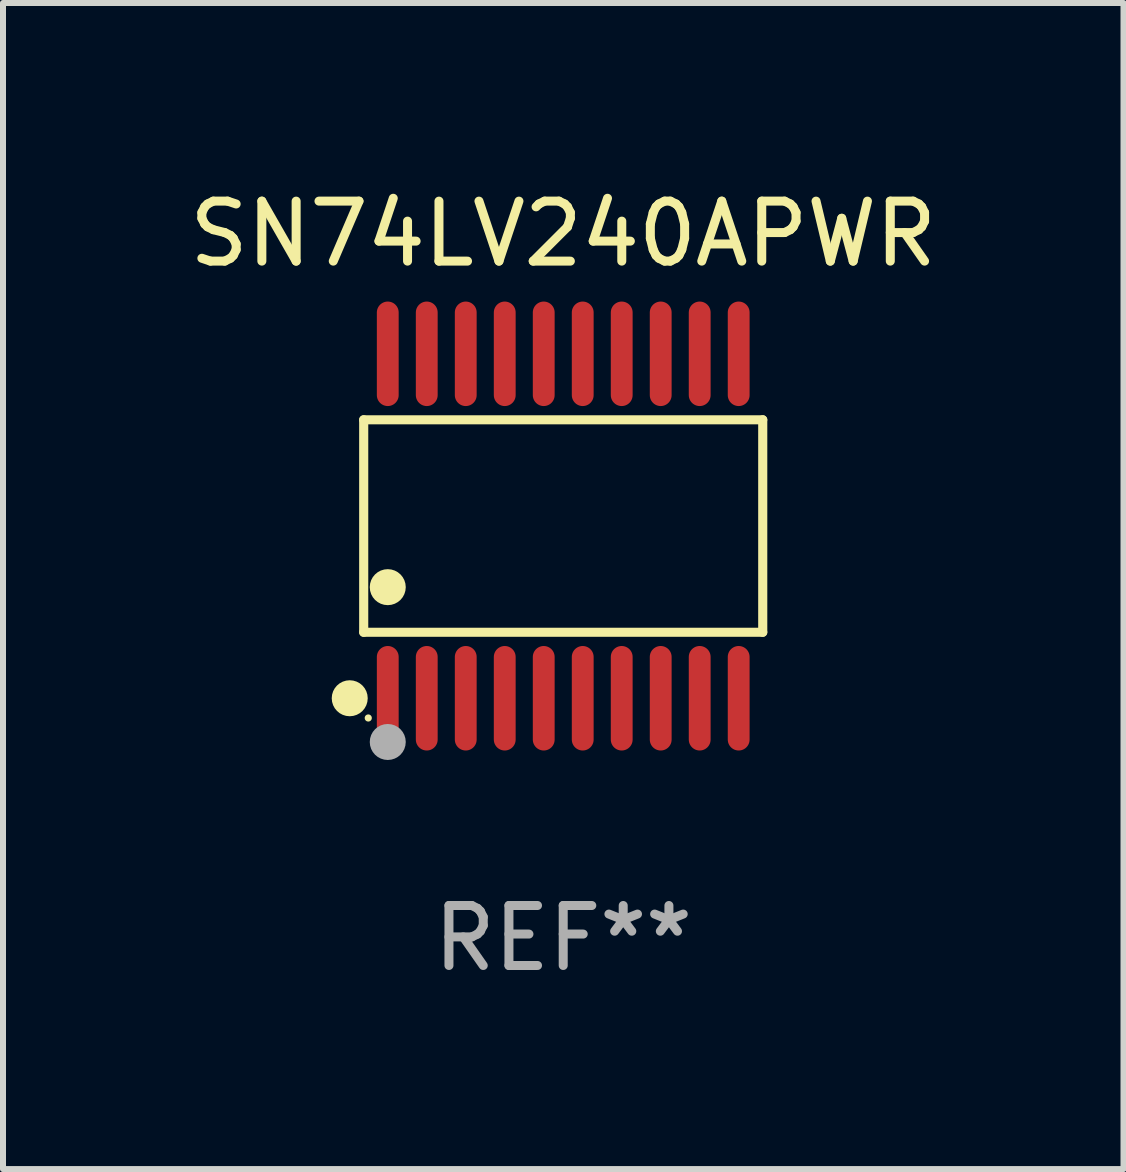
<source format=kicad_pcb>
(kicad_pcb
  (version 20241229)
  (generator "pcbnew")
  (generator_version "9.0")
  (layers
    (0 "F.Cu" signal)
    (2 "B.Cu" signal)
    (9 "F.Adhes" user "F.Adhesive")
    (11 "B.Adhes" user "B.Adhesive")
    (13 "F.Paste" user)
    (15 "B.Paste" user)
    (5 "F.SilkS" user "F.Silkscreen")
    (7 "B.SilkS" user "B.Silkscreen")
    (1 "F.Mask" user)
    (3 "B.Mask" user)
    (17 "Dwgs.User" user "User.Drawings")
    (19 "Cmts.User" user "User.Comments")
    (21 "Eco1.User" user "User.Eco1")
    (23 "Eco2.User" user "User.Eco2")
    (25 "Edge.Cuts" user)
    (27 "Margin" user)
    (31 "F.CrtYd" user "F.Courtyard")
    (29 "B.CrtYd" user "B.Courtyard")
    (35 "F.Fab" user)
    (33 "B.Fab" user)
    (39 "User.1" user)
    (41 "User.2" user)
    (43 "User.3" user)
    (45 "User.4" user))
  (footprint "SN74LV240APWR"
    (layer "F.Cu")
    (at 6.339 5.719)
    (property "Reference" "SN74LV240APWR" (at 0 -4.871 0) (layer "F.SilkS") (effects (font (size 1 1) (thickness 0.15))))
    (attr through_hole)
    (fp_line (start -3.326 -1.771) (end 3.326 -1.771) (stroke (width 0.152) (type solid)) (layer "F.SilkS"))
    (fp_line (start -3.326 1.771) (end -3.326 -1.771) (stroke (width 0.152) (type solid)) (layer "F.SilkS"))
    (fp_line (start 3.326 -1.771) (end 3.326 1.771) (stroke (width 0.152) (type solid)) (layer "F.SilkS"))
    (fp_line (start 3.326 1.771) (end -3.326 1.771) (stroke (width 0.152) (type solid)) (layer "F.SilkS"))
    (fp_circle (center -3.559 2.871) (end -3.409 2.871) (stroke (width 0.3) (type solid)) (fill no) (layer "F.SilkS"))
    (fp_circle (center -3.25 3.2) (end -3.22 3.2) (stroke (width 0.06) (type solid)) (fill no) (layer "F.SilkS"))
    (fp_circle (center -2.925 1.019) (end -2.775 1.019) (stroke (width 0.3) (type solid)) (fill no) (layer "F.SilkS"))
    (fp_circle (center -2.925 3.6) (end -2.775 3.6) (stroke (width 0.3) (type solid)) (fill no) (layer "F.Fab"))
    (fp_text user "REF**" (at 0 6.871 0) (layer "F.Fab") (effects (font (size 1 1) (thickness 0.15))))
    (pad "1" smd oval (at -2.925 2.871) (size 0.364 1.742) (layers "F.Cu" "F.Mask" "F.Paste"))
    (pad "2" smd oval (at -2.275 2.871) (size 0.364 1.742) (layers "F.Cu" "F.Mask" "F.Paste"))
    (pad "3" smd oval (at -1.625 2.871) (size 0.364 1.742) (layers "F.Cu" "F.Mask" "F.Paste"))
    (pad "4" smd oval (at -0.975 2.871) (size 0.364 1.742) (layers "F.Cu" "F.Mask" "F.Paste"))
    (pad "5" smd oval (at -0.325 2.871) (size 0.364 1.742) (layers "F.Cu" "F.Mask" "F.Paste"))
    (pad "6" smd oval (at 0.325 2.871) (size 0.364 1.742) (layers "F.Cu" "F.Mask" "F.Paste"))
    (pad "7" smd oval (at 0.975 2.871) (size 0.364 1.742) (layers "F.Cu" "F.Mask" "F.Paste"))
    (pad "8" smd oval (at 1.625 2.871) (size 0.364 1.742) (layers "F.Cu" "F.Mask" "F.Paste"))
    (pad "9" smd oval (at 2.275 2.871) (size 0.364 1.742) (layers "F.Cu" "F.Mask" "F.Paste"))
    (pad "10" smd oval (at 2.925 2.871) (size 0.364 1.742) (layers "F.Cu" "F.Mask" "F.Paste"))
    (pad "11" smd oval (at 2.925 -2.871) (size 0.364 1.742) (layers "F.Cu" "F.Mask" "F.Paste"))
    (pad "12" smd oval (at 2.275 -2.871) (size 0.364 1.742) (layers "F.Cu" "F.Mask" "F.Paste"))
    (pad "13" smd oval (at 1.625 -2.871) (size 0.364 1.742) (layers "F.Cu" "F.Mask" "F.Paste"))
    (pad "14" smd oval (at 0.975 -2.871) (size 0.364 1.742) (layers "F.Cu" "F.Mask" "F.Paste"))
    (pad "15" smd oval (at 0.325 -2.871) (size 0.364 1.742) (layers "F.Cu" "F.Mask" "F.Paste"))
    (pad "16" smd oval (at -0.325 -2.871) (size 0.364 1.742) (layers "F.Cu" "F.Mask" "F.Paste"))
    (pad "17" smd oval (at -0.975 -2.871) (size 0.364 1.742) (layers "F.Cu" "F.Mask" "F.Paste"))
    (pad "18" smd oval (at -1.625 -2.871) (size 0.364 1.742) (layers "F.Cu" "F.Mask" "F.Paste"))
    (pad "19" smd oval (at -2.275 -2.871) (size 0.364 1.742) (layers "F.Cu" "F.Mask" "F.Paste"))
    (pad "20" smd oval (at -2.925 -2.871) (size 0.364 1.742) (layers "F.Cu" "F.Mask" "F.Paste")))
  (gr_rect
    (start -3 -3)
    (end 15.679 16.438)
    (stroke (width 0.1) (type default))
    (fill no)
    (layer "Edge.Cuts")))
</source>
